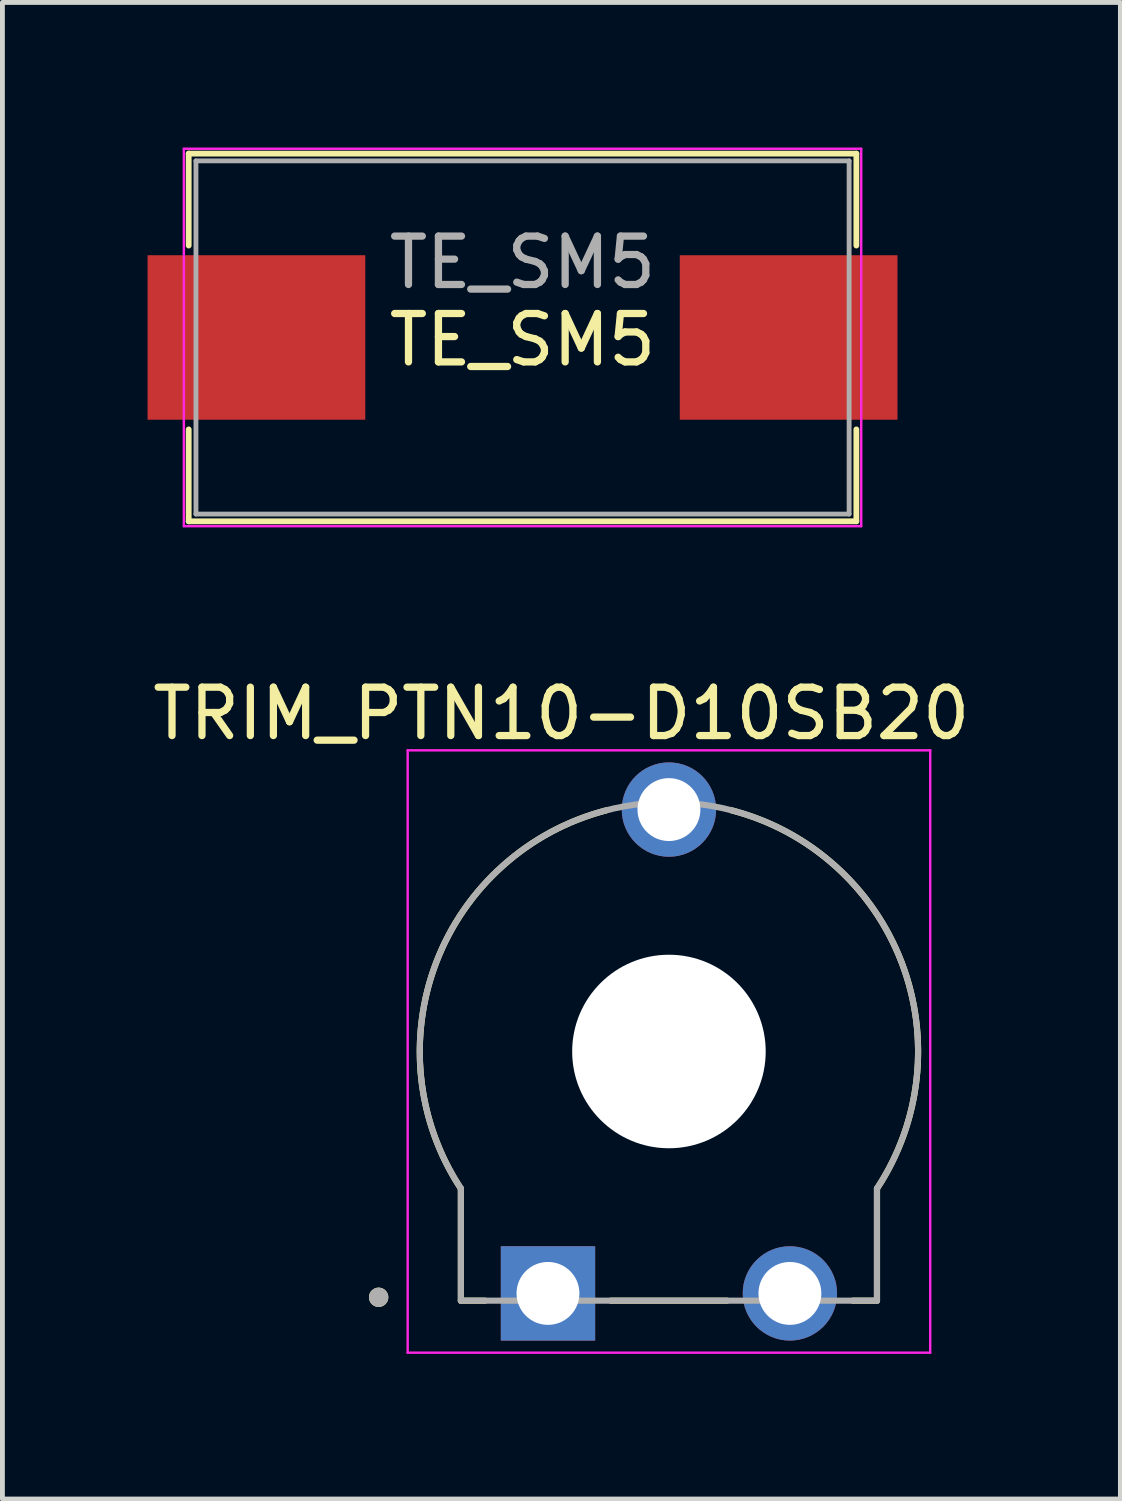
<source format=kicad_pcb>
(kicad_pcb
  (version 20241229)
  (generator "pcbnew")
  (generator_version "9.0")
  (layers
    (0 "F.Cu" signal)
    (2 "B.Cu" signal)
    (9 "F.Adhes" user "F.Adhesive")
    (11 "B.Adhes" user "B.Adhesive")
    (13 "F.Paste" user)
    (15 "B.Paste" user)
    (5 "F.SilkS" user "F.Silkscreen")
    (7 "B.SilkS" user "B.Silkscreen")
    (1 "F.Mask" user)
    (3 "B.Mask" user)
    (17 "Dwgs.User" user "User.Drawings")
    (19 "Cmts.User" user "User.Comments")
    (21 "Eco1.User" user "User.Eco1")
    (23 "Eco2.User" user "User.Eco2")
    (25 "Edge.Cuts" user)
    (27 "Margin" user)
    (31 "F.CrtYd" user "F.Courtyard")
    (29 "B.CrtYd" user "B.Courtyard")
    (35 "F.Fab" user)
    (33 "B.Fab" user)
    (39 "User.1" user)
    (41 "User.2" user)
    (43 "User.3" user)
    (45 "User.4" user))
  (footprint "TRIM_PTN10-D10SB20"
    (layer "F.Cu")
    (at 10.776 18.683)
    (property "Reference" "TRIM_PTN10-D10SB20" (at -2.223 -6.985 0) (layer "F.SilkS") (effects (font (size 1 1) (thickness 0.15))))
    (attr through_hole)
    (fp_line (start -4.3 2.834) (end -4.3 5.15) (stroke (width 0.127) (type solid)) (layer "F.SilkS"))
    (fp_line (start -4.3 5.15) (end -3.8 5.15) (stroke (width 0.127) (type solid)) (layer "F.SilkS"))
    (fp_line (start -1.2 5.15) (end 1.2 5.15) (stroke (width 0.127) (type solid)) (layer "F.SilkS"))
    (fp_line (start 3.8 5.15) (end 4.3 5.15) (stroke (width 0.127) (type solid)) (layer "F.SilkS"))
    (fp_line (start 4.3 5.15) (end 4.3 2.834) (stroke (width 0.127) (type solid)) (layer "F.SilkS"))
    (fp_arc (start -4.3 2.834) (mid -4.808028 -1.845139) (end -1.3 -4.983001) (stroke (width 0.127) (type solid)) (layer "F.SilkS"))
    (fp_arc (start 1.3 -4.983) (mid 4.808028 -1.845139) (end 4.299999 2.834) (stroke (width 0.127) (type solid)) (layer "F.SilkS"))
    (fp_circle (center -6 5.08) (end -5.9 5.08) (stroke (width 0.2) (type solid)) (fill no) (layer "F.SilkS"))
    (fp_line (start -5.4 -6.225) (end -5.4 6.225) (stroke (width 0.05) (type solid)) (layer "F.CrtYd"))
    (fp_line (start -5.4 6.225) (end 5.4 6.225) (stroke (width 0.05) (type solid)) (layer "F.CrtYd"))
    (fp_line (start 5.4 -6.225) (end -5.4 -6.225) (stroke (width 0.05) (type solid)) (layer "F.CrtYd"))
    (fp_line (start 5.4 6.225) (end 5.4 -6.225) (stroke (width 0.05) (type solid)) (layer "F.CrtYd"))
    (fp_line (start -4.3 2.834) (end -4.3 5.15) (stroke (width 0.127) (type solid)) (layer "F.Fab"))
    (fp_line (start -4.3 5.15) (end 4.3 5.15) (stroke (width 0.127) (type solid)) (layer "F.Fab"))
    (fp_line (start 4.3 5.15) (end 4.3 2.834) (stroke (width 0.127) (type solid)) (layer "F.Fab"))
    (fp_arc (start -4.3 2.834) (mid 0 -5.15013) (end 4.3 2.834) (stroke (width 0.127) (type solid)) (layer "F.Fab"))
    (fp_circle (center -6 5.08) (end -5.9 5.08) (stroke (width 0.2) (type solid)) (fill no) (layer "F.Fab"))
    (pad "" np_thru_hole circle (at 0 0) (size 4 4) (drill 4) (layers "*.Cu" "*.Mask"))
    (pad "1" thru_hole rect (at -2.5 5) (size 1.95 1.95) (drill 1.3) (layers "*.Cu" "*.Mask"))
    (pad "2" thru_hole circle (at 0 -5) (size 1.95 1.95) (drill 1.3) (layers "*.Cu" "*.Mask"))
    (pad "3" thru_hole circle (at 2.5 5) (size 1.95 1.95) (drill 1.3) (layers "*.Cu" "*.Mask")))
  (footprint "TE_SM5"
    (layer "F.Cu")
    (at 7.75 3.925)
    (property "Reference" "TE_SM5" (at 0 0.05 0) (layer "F.SilkS") (effects (font (size 1 1) (thickness 0.15))))
    (attr smd)
    (fp_line (start -6.9 -3.8) (end -6.9 -1.9) (stroke (width 0.12) (type solid)) (layer "F.SilkS"))
    (fp_line (start -6.9 -3.8) (end 6.9 -3.8) (stroke (width 0.12) (type solid)) (layer "F.SilkS"))
    (fp_line (start -6.9 1.9) (end -6.9 3.8) (stroke (width 0.12) (type solid)) (layer "F.SilkS"))
    (fp_line (start -6.9 3.8) (end 6.9 3.8) (stroke (width 0.12) (type solid)) (layer "F.SilkS"))
    (fp_line (start 6.9 -3.8) (end 6.9 -1.9) (stroke (width 0.12) (type solid)) (layer "F.SilkS"))
    (fp_line (start 6.9 1.9) (end 6.9 3.8) (stroke (width 0.12) (type solid)) (layer "F.SilkS"))
    (fp_line (start -7 -3.9) (end 7 -3.9) (stroke (width 0.05) (type solid)) (layer "F.CrtYd"))
    (fp_line (start -7 3.9) (end -7 -3.9) (stroke (width 0.05) (type solid)) (layer "F.CrtYd"))
    (fp_line (start 7 -3.9) (end 7 3.9) (stroke (width 0.05) (type solid)) (layer "F.CrtYd"))
    (fp_line (start 7 3.9) (end -7 3.9) (stroke (width 0.05) (type solid)) (layer "F.CrtYd"))
    (fp_line (start -6.75 -3.65) (end 6.75 -3.65) (stroke (width 0.1) (type solid)) (layer "F.Fab"))
    (fp_line (start -6.75 3.65) (end -6.75 -3.65) (stroke (width 0.1) (type solid)) (layer "F.Fab"))
    (fp_line (start 6.75 -3.65) (end 6.75 3.65) (stroke (width 0.1) (type solid)) (layer "F.Fab"))
    (fp_line (start 6.75 3.65) (end -6.75 3.65) (stroke (width 0.1) (type solid)) (layer "F.Fab"))
    (fp_text user "${REFERENCE}" (at 0 -1.55 0) (layer "F.Fab") (effects (font (size 1 1) (thickness 0.15))))
    (pad "1" smd rect (at -5.5 0) (size 4.5 3.4) (layers "F.Cu" "F.Mask" "F.Paste"))
    (pad "2" smd rect (at 5.5 0) (size 4.5 3.4) (layers "F.Cu" "F.Mask" "F.Paste")))
  (gr_rect
    (start -3 -3)
    (end 20.107 27.933)
    (stroke (width 0.1) (type default))
    (fill no)
    (layer "Edge.Cuts")))
</source>
